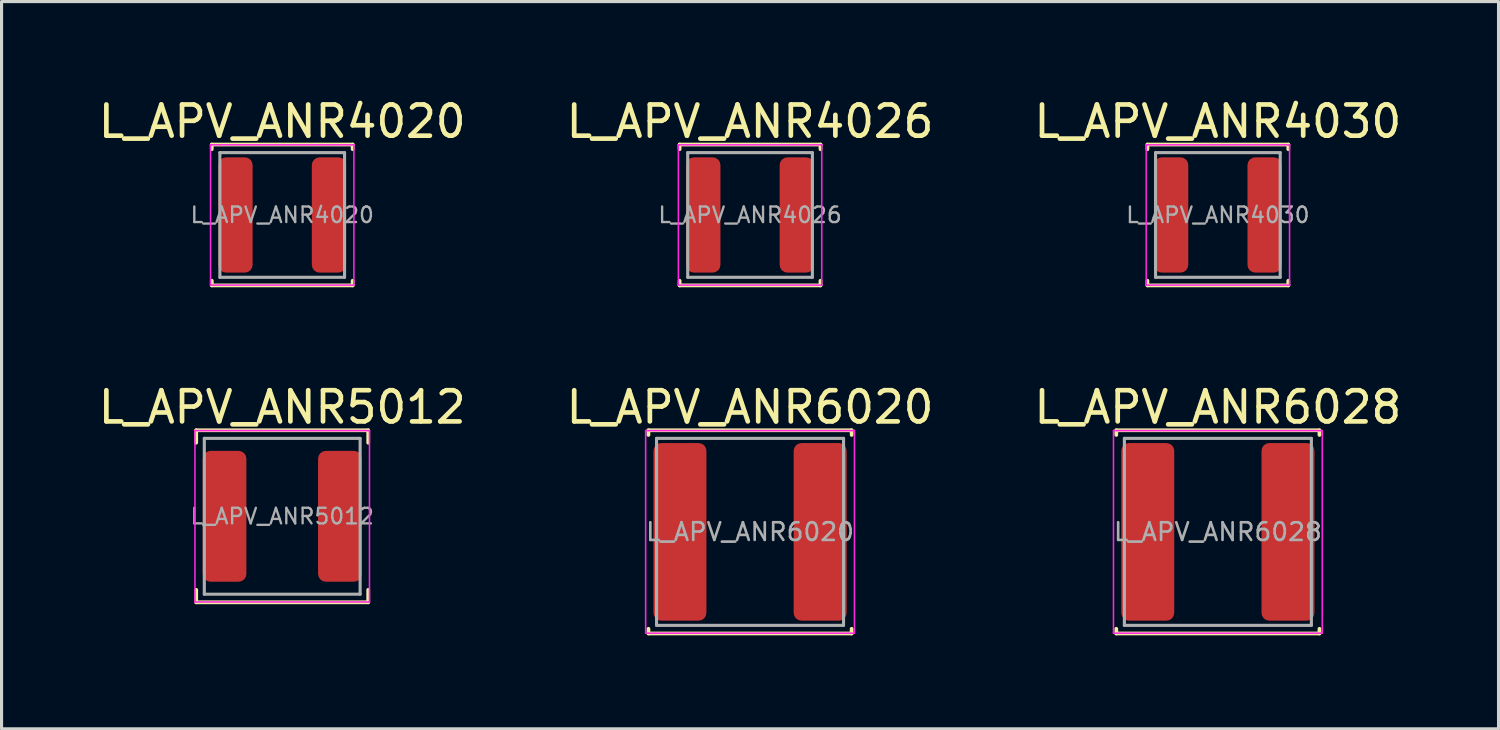
<source format=kicad_pcb>
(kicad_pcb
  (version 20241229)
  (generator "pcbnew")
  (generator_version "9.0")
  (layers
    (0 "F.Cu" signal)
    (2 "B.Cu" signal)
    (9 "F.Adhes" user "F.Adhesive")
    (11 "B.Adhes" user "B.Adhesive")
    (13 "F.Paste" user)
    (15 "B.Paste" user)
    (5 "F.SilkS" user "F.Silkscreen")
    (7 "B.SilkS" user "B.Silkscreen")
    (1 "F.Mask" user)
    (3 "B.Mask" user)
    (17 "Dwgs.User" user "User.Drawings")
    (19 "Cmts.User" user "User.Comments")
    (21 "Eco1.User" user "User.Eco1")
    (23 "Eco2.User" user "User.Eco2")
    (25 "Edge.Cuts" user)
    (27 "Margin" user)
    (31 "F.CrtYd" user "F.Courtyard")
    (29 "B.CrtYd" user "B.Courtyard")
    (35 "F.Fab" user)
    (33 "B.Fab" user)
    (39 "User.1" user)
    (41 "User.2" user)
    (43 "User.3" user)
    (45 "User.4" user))
  (footprint "L_APV_ANR6028"
    (layer "F.Cu")
    (at 36.03 14.017)
    (property "Reference" "L_APV_ANR6028" (at 0 -4 0) (layer "F.SilkS") (effects (font (size 1 1) (thickness 0.15))))
    (attr smd)
    (fp_line (start -3.26 -3.26) (end -3.26 -3.11) (stroke (width 0.12) (type solid)) (layer "F.SilkS"))
    (fp_line (start -3.26 -3.26) (end 3.26 -3.26) (stroke (width 0.12) (type solid)) (layer "F.SilkS"))
    (fp_line (start -3.26 3.26) (end -3.26 3.11) (stroke (width 0.12) (type solid)) (layer "F.SilkS"))
    (fp_line (start -3.26 3.26) (end 3.26 3.26) (stroke (width 0.12) (type solid)) (layer "F.SilkS"))
    (fp_line (start 3.26 -3.26) (end 3.26 -3.11) (stroke (width 0.12) (type solid)) (layer "F.SilkS"))
    (fp_line (start 3.26 3.26) (end 3.26 3.11) (stroke (width 0.12) (type solid)) (layer "F.SilkS"))
    (fp_line (start -3.35 -3.25) (end -3.35 3.25) (stroke (width 0.05) (type solid)) (layer "F.CrtYd"))
    (fp_line (start -3.35 3.25) (end 3.35 3.25) (stroke (width 0.05) (type solid)) (layer "F.CrtYd"))
    (fp_line (start 3.35 -3.25) (end -3.35 -3.25) (stroke (width 0.05) (type solid)) (layer "F.CrtYd"))
    (fp_line (start 3.35 3.25) (end 3.35 -3.25) (stroke (width 0.05) (type solid)) (layer "F.CrtYd"))
    (fp_line (start -3 -3) (end -3 3) (stroke (width 0.1) (type solid)) (layer "F.Fab"))
    (fp_line (start -3 3) (end 3 3) (stroke (width 0.1) (type solid)) (layer "F.Fab"))
    (fp_line (start 3 -3) (end -3 -3) (stroke (width 0.1) (type solid)) (layer "F.Fab"))
    (fp_line (start 3 3) (end 3 -3) (stroke (width 0.1) (type solid)) (layer "F.Fab"))
    (fp_text user "${REFERENCE}" (at 0 0 0) (layer "F.Fab") (effects (font (size 0.567 0.567) (thickness 0.085))))
    (pad "1" smd roundrect (at -2.25 0) (size 1.7 5.7) (layers "F.Cu" "F.Mask" "F.Paste") (roundrect_rratio 0.147))
    (pad "2" smd roundrect (at 2.25 0) (size 1.7 5.7) (layers "F.Cu" "F.Mask" "F.Paste") (roundrect_rratio 0.147)))
  (footprint "L_APV_ANR6020"
    (layer "F.Cu")
    (at 21.018 14.017)
    (property "Reference" "L_APV_ANR6020" (at 0 -4 0) (layer "F.SilkS") (effects (font (size 1 1) (thickness 0.15))))
    (attr smd)
    (fp_line (start -3.26 -3.26) (end -3.26 -3.11) (stroke (width 0.12) (type solid)) (layer "F.SilkS"))
    (fp_line (start -3.26 -3.26) (end 3.26 -3.26) (stroke (width 0.12) (type solid)) (layer "F.SilkS"))
    (fp_line (start -3.26 3.26) (end -3.26 3.11) (stroke (width 0.12) (type solid)) (layer "F.SilkS"))
    (fp_line (start -3.26 3.26) (end 3.26 3.26) (stroke (width 0.12) (type solid)) (layer "F.SilkS"))
    (fp_line (start 3.26 -3.26) (end 3.26 -3.11) (stroke (width 0.12) (type solid)) (layer "F.SilkS"))
    (fp_line (start 3.26 3.26) (end 3.26 3.11) (stroke (width 0.12) (type solid)) (layer "F.SilkS"))
    (fp_line (start -3.35 -3.25) (end -3.35 3.25) (stroke (width 0.05) (type solid)) (layer "F.CrtYd"))
    (fp_line (start -3.35 3.25) (end 3.35 3.25) (stroke (width 0.05) (type solid)) (layer "F.CrtYd"))
    (fp_line (start 3.35 -3.25) (end -3.35 -3.25) (stroke (width 0.05) (type solid)) (layer "F.CrtYd"))
    (fp_line (start 3.35 3.25) (end 3.35 -3.25) (stroke (width 0.05) (type solid)) (layer "F.CrtYd"))
    (fp_line (start -3 -3) (end -3 3) (stroke (width 0.1) (type solid)) (layer "F.Fab"))
    (fp_line (start -3 3) (end 3 3) (stroke (width 0.1) (type solid)) (layer "F.Fab"))
    (fp_line (start 3 -3) (end -3 -3) (stroke (width 0.1) (type solid)) (layer "F.Fab"))
    (fp_line (start 3 3) (end 3 -3) (stroke (width 0.1) (type solid)) (layer "F.Fab"))
    (fp_text user "${REFERENCE}" (at 0 0 0) (layer "F.Fab") (effects (font (size 0.567 0.567) (thickness 0.085))))
    (pad "1" smd roundrect (at -2.25 0) (size 1.7 5.7) (layers "F.Cu" "F.Mask" "F.Paste") (roundrect_rratio 0.147))
    (pad "2" smd roundrect (at 2.25 0) (size 1.7 5.7) (layers "F.Cu" "F.Mask" "F.Paste") (roundrect_rratio 0.147)))
  (footprint "L_APV_ANR4030"
    (layer "F.Cu")
    (at 36.03 3.848)
    (property "Reference" "L_APV_ANR4030" (at 0 -3 0) (layer "F.SilkS") (effects (font (size 1 1) (thickness 0.15))))
    (attr smd)
    (fp_line (start -2.26 -2.26) (end -2.26 -2.11) (stroke (width 0.12) (type solid)) (layer "F.SilkS"))
    (fp_line (start -2.26 -2.26) (end 2.26 -2.26) (stroke (width 0.12) (type solid)) (layer "F.SilkS"))
    (fp_line (start -2.26 2.26) (end -2.26 2.11) (stroke (width 0.12) (type solid)) (layer "F.SilkS"))
    (fp_line (start -2.26 2.26) (end 2.26 2.26) (stroke (width 0.12) (type solid)) (layer "F.SilkS"))
    (fp_line (start 2.26 -2.26) (end 2.26 -2.11) (stroke (width 0.12) (type solid)) (layer "F.SilkS"))
    (fp_line (start 2.26 2.26) (end 2.26 2.11) (stroke (width 0.12) (type solid)) (layer "F.SilkS"))
    (fp_line (start -2.3 -2.25) (end -2.3 2.25) (stroke (width 0.05) (type solid)) (layer "F.CrtYd"))
    (fp_line (start -2.3 2.25) (end 2.3 2.25) (stroke (width 0.05) (type solid)) (layer "F.CrtYd"))
    (fp_line (start 2.3 -2.25) (end -2.3 -2.25) (stroke (width 0.05) (type solid)) (layer "F.CrtYd"))
    (fp_line (start 2.3 2.25) (end 2.3 -2.25) (stroke (width 0.05) (type solid)) (layer "F.CrtYd"))
    (fp_line (start -2 -2) (end -2 2) (stroke (width 0.1) (type solid)) (layer "F.Fab"))
    (fp_line (start -2 2) (end 2 2) (stroke (width 0.1) (type solid)) (layer "F.Fab"))
    (fp_line (start 2 -2) (end -2 -2) (stroke (width 0.1) (type solid)) (layer "F.Fab"))
    (fp_line (start 2 2) (end 2 -2) (stroke (width 0.1) (type solid)) (layer "F.Fab"))
    (fp_text user "${REFERENCE}" (at 0 0 0) (layer "F.Fab") (effects (font (size 0.5 0.5) (thickness 0.075))))
    (pad "1" smd roundrect (at -1.5 0) (size 1.1 3.7) (layers "F.Cu" "F.Mask" "F.Paste") (roundrect_rratio 0.227))
    (pad "2" smd roundrect (at 1.5 0) (size 1.1 3.7) (layers "F.Cu" "F.Mask" "F.Paste") (roundrect_rratio 0.227)))
  (footprint "L_APV_ANR4020"
    (layer "F.Cu")
    (at 6.006 3.848)
    (property "Reference" "L_APV_ANR4020" (at 0 -3 0) (layer "F.SilkS") (effects (font (size 1 1) (thickness 0.15))))
    (attr smd)
    (fp_line (start -2.26 -2.26) (end -2.26 -2.11) (stroke (width 0.12) (type solid)) (layer "F.SilkS"))
    (fp_line (start -2.26 -2.26) (end 2.26 -2.26) (stroke (width 0.12) (type solid)) (layer "F.SilkS"))
    (fp_line (start -2.26 2.26) (end -2.26 2.11) (stroke (width 0.12) (type solid)) (layer "F.SilkS"))
    (fp_line (start -2.26 2.26) (end 2.26 2.26) (stroke (width 0.12) (type solid)) (layer "F.SilkS"))
    (fp_line (start 2.26 -2.26) (end 2.26 -2.11) (stroke (width 0.12) (type solid)) (layer "F.SilkS"))
    (fp_line (start 2.26 2.26) (end 2.26 2.11) (stroke (width 0.12) (type solid)) (layer "F.SilkS"))
    (fp_line (start -2.3 -2.25) (end -2.3 2.25) (stroke (width 0.05) (type solid)) (layer "F.CrtYd"))
    (fp_line (start -2.3 2.25) (end 2.3 2.25) (stroke (width 0.05) (type solid)) (layer "F.CrtYd"))
    (fp_line (start 2.3 -2.25) (end -2.3 -2.25) (stroke (width 0.05) (type solid)) (layer "F.CrtYd"))
    (fp_line (start 2.3 2.25) (end 2.3 -2.25) (stroke (width 0.05) (type solid)) (layer "F.CrtYd"))
    (fp_line (start -2 -2) (end -2 2) (stroke (width 0.1) (type solid)) (layer "F.Fab"))
    (fp_line (start -2 2) (end 2 2) (stroke (width 0.1) (type solid)) (layer "F.Fab"))
    (fp_line (start 2 -2) (end -2 -2) (stroke (width 0.1) (type solid)) (layer "F.Fab"))
    (fp_line (start 2 2) (end 2 -2) (stroke (width 0.1) (type solid)) (layer "F.Fab"))
    (fp_text user "${REFERENCE}" (at 0 0 0) (layer "F.Fab") (effects (font (size 0.5 0.5) (thickness 0.075))))
    (pad "1" smd roundrect (at -1.5 0) (size 1.1 3.7) (layers "F.Cu" "F.Mask" "F.Paste") (roundrect_rratio 0.227))
    (pad "2" smd roundrect (at 1.5 0) (size 1.1 3.7) (layers "F.Cu" "F.Mask" "F.Paste") (roundrect_rratio 0.227)))
  (footprint "L_APV_ANR4026"
    (layer "F.Cu")
    (at 21.018 3.848)
    (property "Reference" "L_APV_ANR4026" (at 0 -3 0) (layer "F.SilkS") (effects (font (size 1 1) (thickness 0.15))))
    (attr smd)
    (fp_line (start -2.26 -2.26) (end -2.26 -2.11) (stroke (width 0.12) (type solid)) (layer "F.SilkS"))
    (fp_line (start -2.26 -2.26) (end 2.26 -2.26) (stroke (width 0.12) (type solid)) (layer "F.SilkS"))
    (fp_line (start -2.26 2.26) (end -2.26 2.11) (stroke (width 0.12) (type solid)) (layer "F.SilkS"))
    (fp_line (start -2.26 2.26) (end 2.26 2.26) (stroke (width 0.12) (type solid)) (layer "F.SilkS"))
    (fp_line (start 2.26 -2.26) (end 2.26 -2.11) (stroke (width 0.12) (type solid)) (layer "F.SilkS"))
    (fp_line (start 2.26 2.26) (end 2.26 2.11) (stroke (width 0.12) (type solid)) (layer "F.SilkS"))
    (fp_line (start -2.3 -2.25) (end -2.3 2.25) (stroke (width 0.05) (type solid)) (layer "F.CrtYd"))
    (fp_line (start -2.3 2.25) (end 2.3 2.25) (stroke (width 0.05) (type solid)) (layer "F.CrtYd"))
    (fp_line (start 2.3 -2.25) (end -2.3 -2.25) (stroke (width 0.05) (type solid)) (layer "F.CrtYd"))
    (fp_line (start 2.3 2.25) (end 2.3 -2.25) (stroke (width 0.05) (type solid)) (layer "F.CrtYd"))
    (fp_line (start -2 -2) (end -2 2) (stroke (width 0.1) (type solid)) (layer "F.Fab"))
    (fp_line (start -2 2) (end 2 2) (stroke (width 0.1) (type solid)) (layer "F.Fab"))
    (fp_line (start 2 -2) (end -2 -2) (stroke (width 0.1) (type solid)) (layer "F.Fab"))
    (fp_line (start 2 2) (end 2 -2) (stroke (width 0.1) (type solid)) (layer "F.Fab"))
    (fp_text user "${REFERENCE}" (at 0 0 0) (layer "F.Fab") (effects (font (size 0.5 0.5) (thickness 0.075))))
    (pad "1" smd roundrect (at -1.5 0) (size 1.1 3.7) (layers "F.Cu" "F.Mask" "F.Paste") (roundrect_rratio 0.227))
    (pad "2" smd roundrect (at 1.5 0) (size 1.1 3.7) (layers "F.Cu" "F.Mask" "F.Paste") (roundrect_rratio 0.227)))
  (footprint "L_APV_ANR5012"
    (layer "F.Cu")
    (at 6.006 13.517)
    (property "Reference" "L_APV_ANR5012" (at 0 -3.5 0) (layer "F.SilkS") (effects (font (size 1 1) (thickness 0.15))))
    (attr smd)
    (fp_line (start -2.76 -2.76) (end -2.76 -2.36) (stroke (width 0.12) (type solid)) (layer "F.SilkS"))
    (fp_line (start -2.76 -2.76) (end 2.76 -2.76) (stroke (width 0.12) (type solid)) (layer "F.SilkS"))
    (fp_line (start -2.76 2.76) (end -2.76 2.36) (stroke (width 0.12) (type solid)) (layer "F.SilkS"))
    (fp_line (start -2.76 2.76) (end 2.76 2.76) (stroke (width 0.12) (type solid)) (layer "F.SilkS"))
    (fp_line (start 2.76 -2.76) (end 2.76 -2.36) (stroke (width 0.12) (type solid)) (layer "F.SilkS"))
    (fp_line (start 2.76 2.76) (end 2.76 2.36) (stroke (width 0.12) (type solid)) (layer "F.SilkS"))
    (fp_line (start -2.8 -2.75) (end -2.8 2.75) (stroke (width 0.05) (type solid)) (layer "F.CrtYd"))
    (fp_line (start -2.8 2.75) (end 2.8 2.75) (stroke (width 0.05) (type solid)) (layer "F.CrtYd"))
    (fp_line (start 2.8 -2.75) (end -2.8 -2.75) (stroke (width 0.05) (type solid)) (layer "F.CrtYd"))
    (fp_line (start 2.8 2.75) (end 2.8 -2.75) (stroke (width 0.05) (type solid)) (layer "F.CrtYd"))
    (fp_line (start -2.5 -2.5) (end -2.5 2.5) (stroke (width 0.1) (type solid)) (layer "F.Fab"))
    (fp_line (start -2.5 2.5) (end 2.5 2.5) (stroke (width 0.1) (type solid)) (layer "F.Fab"))
    (fp_line (start 2.5 -2.5) (end -2.5 -2.5) (stroke (width 0.1) (type solid)) (layer "F.Fab"))
    (fp_line (start 2.5 2.5) (end 2.5 -2.5) (stroke (width 0.1) (type solid)) (layer "F.Fab"))
    (fp_text user "${REFERENCE}" (at 0 0 0) (layer "F.Fab") (effects (font (size 0.5 0.5) (thickness 0.075))))
    (pad "1" smd roundrect (at -1.85 0) (size 1.4 4.2) (layers "F.Cu" "F.Mask" "F.Paste") (roundrect_rratio 0.179))
    (pad "2" smd roundrect (at 1.85 0) (size 1.4 4.2) (layers "F.Cu" "F.Mask" "F.Paste") (roundrect_rratio 0.179)))
  (gr_rect
    (start -3 -3)
    (end 45.036 20.337)
    (stroke (width 0.1) (type default))
    (fill no)
    (layer "Edge.Cuts")))
</source>
